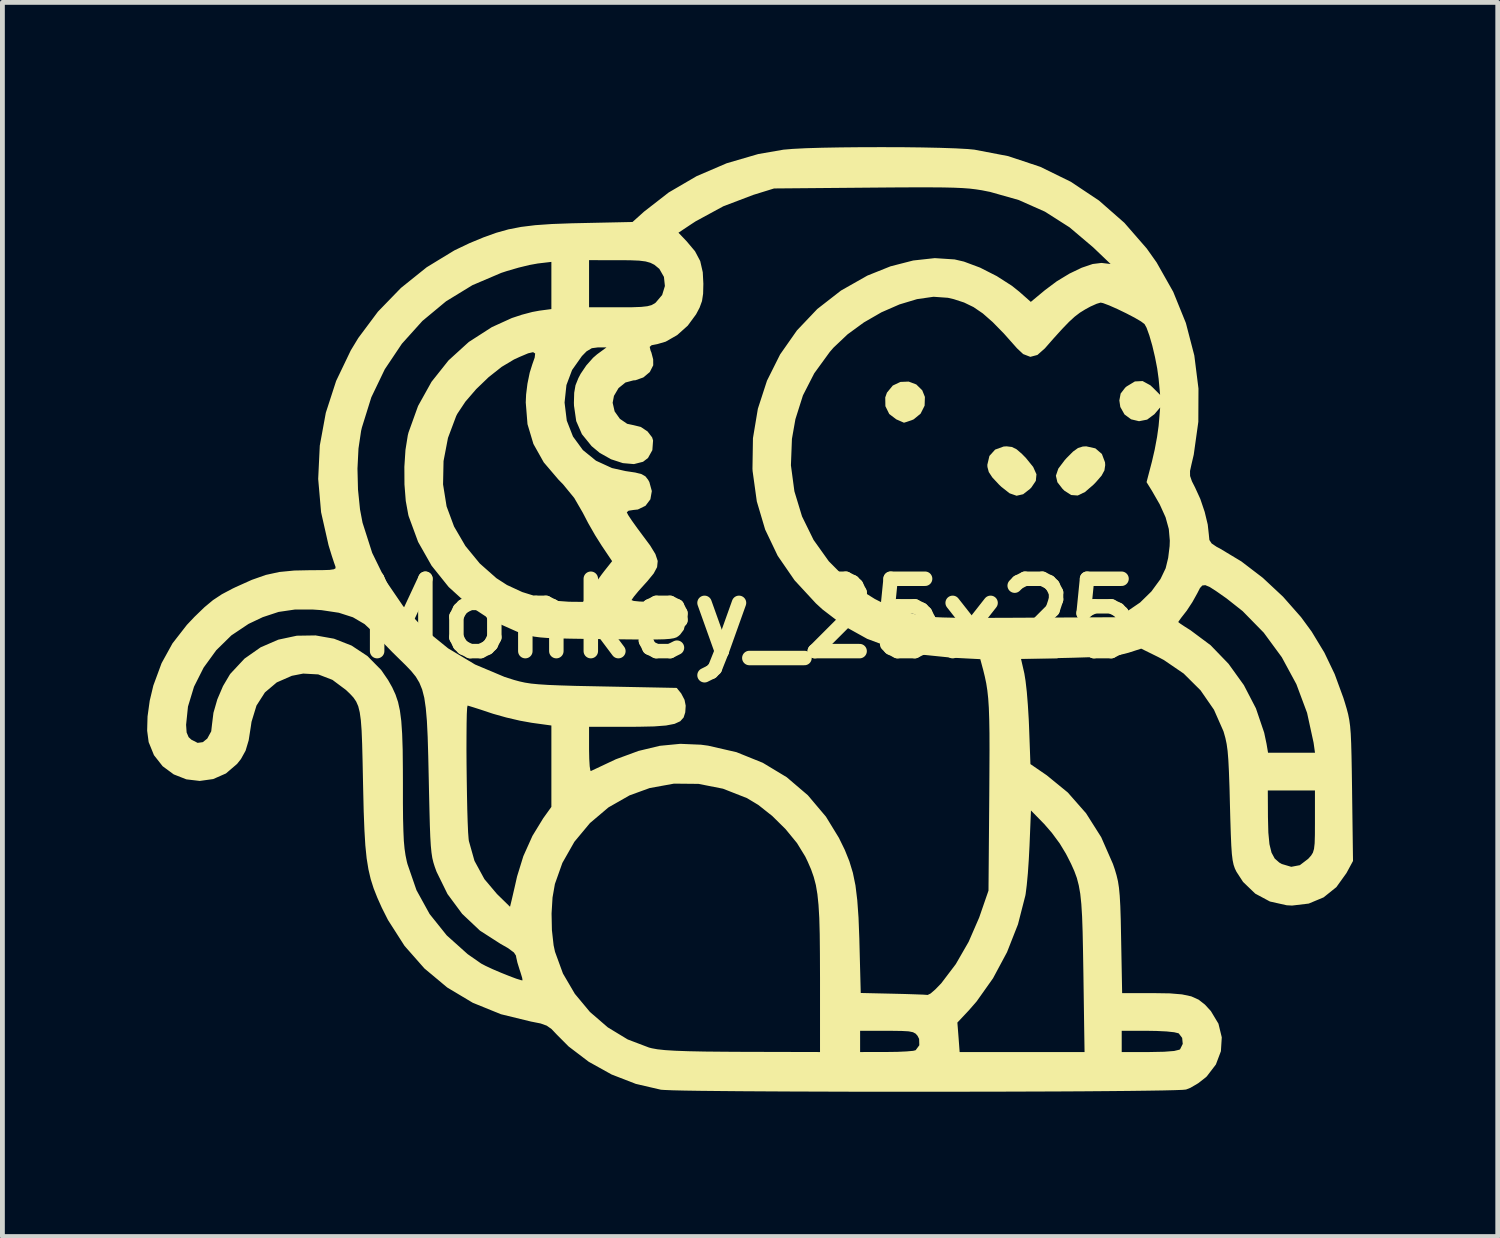
<source format=kicad_pcb>
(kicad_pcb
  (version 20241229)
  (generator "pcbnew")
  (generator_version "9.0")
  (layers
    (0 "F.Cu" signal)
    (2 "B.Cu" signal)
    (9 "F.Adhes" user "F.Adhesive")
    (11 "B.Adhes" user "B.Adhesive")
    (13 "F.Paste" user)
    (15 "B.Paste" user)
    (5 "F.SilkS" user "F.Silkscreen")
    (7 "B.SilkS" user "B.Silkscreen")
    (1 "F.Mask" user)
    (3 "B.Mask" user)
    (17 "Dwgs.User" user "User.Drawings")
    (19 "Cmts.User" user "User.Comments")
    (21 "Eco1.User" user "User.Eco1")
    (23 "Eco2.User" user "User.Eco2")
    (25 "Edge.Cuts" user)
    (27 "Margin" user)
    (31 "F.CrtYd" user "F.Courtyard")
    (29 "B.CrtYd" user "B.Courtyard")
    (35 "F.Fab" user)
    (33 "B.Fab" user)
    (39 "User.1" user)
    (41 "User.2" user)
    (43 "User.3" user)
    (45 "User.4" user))
  (footprint "Monkey_25x25"
    (layer "F.Cu")
    (at 12.481 9.767)
    (property "Reference" "Monkey_25x25" (at 0 0 0) (layer "F.SilkS") (effects (font (size 1.5 1.5) (thickness 0.3))))
    (attr board_only exclude_from_pos_files exclude_from_bom)
    (fp_poly (pts (xy 3.46 -4.849) (xy 3.584 -4.727) (xy 3.639 -4.59) (xy 3.633 -4.409) (xy 3.55 -4.244) (xy 3.407 -4.126) (xy 3.365 -4.108) (xy 3.259 -4.072) (xy 3.206 -4.056) (xy 3.204 -4.056) (xy 3.161 -4.075) (xy 3.063 -4.118) (xy 3.046 -4.125) (xy 2.9 -4.236) (xy 2.82 -4.398) (xy 2.817 -4.58) (xy 2.852 -4.679) (xy 2.973 -4.826) (xy 3.131 -4.901) (xy 3.302 -4.908)) (stroke (width 0) (type solid)) (fill yes) (layer "F.SilkS"))
    (fp_poly (pts (xy 5.441 -3.553) (xy 5.539 -3.505) (xy 5.654 -3.405) (xy 5.733 -3.324) (xy 5.883 -3.139) (xy 5.951 -2.987) (xy 5.938 -2.851) (xy 5.847 -2.715) (xy 5.816 -2.683) (xy 5.675 -2.573) (xy 5.539 -2.542) (xy 5.393 -2.593) (xy 5.222 -2.728) (xy 5.171 -2.777) (xy 5.036 -2.922) (xy 4.963 -3.033) (xy 4.935 -3.138) (xy 4.933 -3.184) (xy 4.976 -3.367) (xy 5.094 -3.498) (xy 5.27 -3.562) (xy 5.333 -3.566)) (stroke (width 0) (type solid)) (fill yes) (layer "F.SilkS"))
    (fp_poly (pts (xy 7.172 -3.524) (xy 7.307 -3.408) (xy 7.372 -3.235) (xy 7.376 -3.177) (xy 7.36 -3.068) (xy 7.301 -2.959) (xy 7.185 -2.825) (xy 7.139 -2.777) (xy 6.958 -2.62) (xy 6.807 -2.547) (xy 6.67 -2.557) (xy 6.531 -2.646) (xy 6.493 -2.683) (xy 6.385 -2.822) (xy 6.354 -2.957) (xy 6.404 -3.104) (xy 6.536 -3.279) (xy 6.576 -3.324) (xy 6.71 -3.458) (xy 6.813 -3.532) (xy 6.911 -3.562) (xy 6.983 -3.566)) (stroke (width 0) (type solid)) (fill yes) (layer "F.SilkS"))
    (fp_poly (pts (xy 3.168 -9.766) (xy 3.578 -9.761) (xy 3.952 -9.753) (xy 4.275 -9.742) (xy 4.529 -9.728) (xy 4.665 -9.715) (xy 5.365 -9.581) (xy 6.034 -9.358) (xy 6.664 -9.049) (xy 7.246 -8.661) (xy 7.773 -8.199) (xy 8.237 -7.666) (xy 8.441 -7.378) (xy 8.786 -6.768) (xy 9.048 -6.122) (xy 9.223 -5.449) (xy 9.309 -4.763) (xy 9.306 -4.074) (xy 9.211 -3.393) (xy 9.165 -3.197) (xy 9.134 -3.056) (xy 9.135 -2.952) (xy 9.173 -2.842) (xy 9.239 -2.712) (xy 9.347 -2.476) (xy 9.438 -2.207) (xy 9.501 -1.945) (xy 9.525 -1.727) (xy 9.525 -1.725) (xy 9.535 -1.625) (xy 9.582 -1.553) (xy 9.686 -1.483) (xy 9.757 -1.446) (xy 10.199 -1.18) (xy 10.642 -0.841) (xy 11.062 -0.449) (xy 11.435 -0.026) (xy 11.655 0.274) (xy 11.919 0.71) (xy 12.132 1.155) (xy 12.313 1.649) (xy 12.343 1.745) (xy 12.381 1.872) (xy 12.411 1.986) (xy 12.434 2.102) (xy 12.452 2.232) (xy 12.465 2.391) (xy 12.474 2.592) (xy 12.481 2.849) (xy 12.487 3.176) (xy 12.493 3.587) (xy 12.493 3.601) (xy 12.512 5.028) (xy 12.376 5.279) (xy 12.167 5.57) (xy 11.903 5.782) (xy 11.594 5.911) (xy 11.249 5.952) (xy 11.138 5.946) (xy 10.79 5.868) (xy 10.486 5.705) (xy 10.234 5.463) (xy 10.096 5.251) (xy 10.063 5.183) (xy 10.037 5.107) (xy 10.017 5.012) (xy 10.001 4.882) (xy 9.989 4.706) (xy 9.979 4.468) (xy 9.969 4.157) (xy 9.961 3.859) (xy 9.954 3.566) (xy 10.746 3.566) (xy 10.749 4.115) (xy 10.757 4.439) (xy 10.78 4.68) (xy 10.823 4.855) (xy 10.889 4.977) (xy 10.984 5.061) (xy 11.037 5.091) (xy 11.232 5.149) (xy 11.41 5.115) (xy 11.581 4.985) (xy 11.589 4.977) (xy 11.644 4.915) (xy 11.681 4.855) (xy 11.704 4.777) (xy 11.717 4.661) (xy 11.722 4.489) (xy 11.723 4.241) (xy 11.723 4.2) (xy 11.723 3.566) (xy 11.235 3.566) (xy 10.746 3.566) (xy 9.954 3.566) (xy 9.951 3.472) (xy 9.94 3.168) (xy 9.928 2.932) (xy 9.913 2.748) (xy 9.893 2.603) (xy 9.867 2.48) (xy 9.835 2.366) (xy 9.826 2.337) (xy 9.63 1.893) (xy 9.352 1.491) (xy 9.002 1.143) (xy 8.592 0.863) (xy 8.477 0.802) (xy 8.122 0.627) (xy 7.859 0.712) (xy 7.732 0.744) (xy 7.571 0.77) (xy 7.36 0.789) (xy 7.084 0.804) (xy 6.73 0.815) (xy 6.614 0.818) (xy 5.631 0.84) (xy 5.7 1.141) (xy 5.725 1.296) (xy 5.751 1.523) (xy 5.773 1.797) (xy 5.791 2.092) (xy 5.797 2.231) (xy 5.826 3.02) (xy 6.163 3.251) (xy 6.6 3.608) (xy 6.979 4.039) (xy 7.293 4.535) (xy 7.536 5.089) (xy 7.575 5.202) (xy 7.611 5.324) (xy 7.64 5.446) (xy 7.661 5.582) (xy 7.677 5.75) (xy 7.689 5.965) (xy 7.698 6.244) (xy 7.705 6.602) (xy 7.706 6.655) (xy 7.727 7.767) (xy 8.384 7.767) (xy 8.715 7.772) (xy 8.967 7.793) (xy 9.16 7.834) (xy 9.313 7.903) (xy 9.443 8.005) (xy 9.566 8.139) (xy 9.723 8.4) (xy 9.792 8.683) (xy 9.774 8.971) (xy 9.67 9.246) (xy 9.482 9.492) (xy 9.457 9.515) (xy 9.303 9.635) (xy 9.141 9.73) (xy 9.051 9.765) (xy 8.977 9.772) (xy 8.813 9.778) (xy 8.567 9.784) (xy 8.247 9.789) (xy 7.86 9.794) (xy 7.414 9.798) (xy 6.918 9.802) (xy 6.378 9.805) (xy 5.803 9.807) (xy 5.201 9.809) (xy 4.579 9.81) (xy 3.944 9.811) (xy 3.306 9.811) (xy 2.671 9.811) (xy 2.048 9.81) (xy 1.444 9.808) (xy 0.868 9.806) (xy 0.325 9.803) (xy -0.174 9.8) (xy -0.623 9.796) (xy -1.014 9.792) (xy -1.338 9.787) (xy -1.589 9.781) (xy -1.758 9.774) (xy -1.832 9.769) (xy -2.35 9.649) (xy -2.855 9.453) (xy -3.328 9.19) (xy -3.745 8.873) (xy -3.992 8.625) (xy -4.1 8.511) (xy -4.2 8.441) (xy -4.325 8.396) (xy -4.511 8.359) (xy -4.518 8.358) (xy -5.149 8.204) (xy -5.732 7.967) (xy -6.262 7.65) (xy -6.735 7.255) (xy -7.146 6.788) (xy -7.489 6.252) (xy -7.616 6) (xy -7.71 5.79) (xy -7.787 5.595) (xy -7.848 5.403) (xy -7.895 5.2) (xy -7.932 4.971) (xy -7.959 4.704) (xy -7.978 4.384) (xy -7.993 3.997) (xy -8.004 3.53) (xy -8.007 3.395) (xy -8.016 2.956) (xy -8.025 2.604) (xy -8.036 2.326) (xy -8.052 2.111) (xy -8.075 1.946) (xy -8.106 1.821) (xy -8.149 1.723) (xy -8.204 1.642) (xy -8.276 1.564) (xy -8.361 1.483) (xy -8.641 1.274) (xy -8.935 1.161) (xy -9.247 1.144) (xy -9.482 1.19) (xy -9.795 1.327) (xy -10.04 1.534) (xy -10.215 1.807) (xy -10.318 2.144) (xy -10.333 2.247) (xy -10.377 2.528) (xy -10.441 2.742) (xy -10.537 2.915) (xy -10.617 3.016) (xy -10.848 3.214) (xy -11.112 3.33) (xy -11.391 3.369) (xy -11.669 3.336) (xy -11.931 3.233) (xy -12.16 3.064) (xy -12.34 2.835) (xy -12.45 2.564) (xy -12.481 2.328) (xy -12.478 2.206) (xy -11.674 2.206) (xy -11.663 2.364) (xy -11.622 2.461) (xy -11.566 2.513) (xy -11.435 2.58) (xy -11.327 2.565) (xy -11.235 2.491) (xy -11.153 2.341) (xy -11.137 2.199) (xy -11.107 1.957) (xy -11.027 1.679) (xy -10.909 1.403) (xy -10.769 1.166) (xy -10.753 1.144) (xy -10.462 0.833) (xy -10.128 0.599) (xy -9.763 0.441) (xy -9.379 0.359) (xy -8.99 0.353) (xy -8.608 0.421) (xy -8.245 0.563) (xy -7.916 0.78) (xy -7.631 1.069) (xy -7.488 1.277) (xy -7.402 1.429) (xy -7.334 1.577) (xy -7.281 1.733) (xy -7.242 1.912) (xy -7.214 2.127) (xy -7.196 2.391) (xy -7.185 2.717) (xy -7.181 3.119) (xy -7.18 3.422) (xy -7.18 3.829) (xy -7.177 4.154) (xy -7.17 4.409) (xy -7.161 4.611) (xy -7.146 4.773) (xy -7.126 4.91) (xy -7.1 5.036) (xy -7.086 5.091) (xy -6.899 5.633) (xy -6.627 6.127) (xy -6.272 6.57) (xy -5.838 6.959) (xy -5.558 7.154) (xy -5.463 7.204) (xy -5.319 7.271) (xy -5.15 7.343) (xy -4.979 7.412) (xy -4.832 7.467) (xy -4.731 7.499) (xy -4.701 7.502) (xy -4.708 7.452) (xy -4.741 7.343) (xy -4.762 7.28) (xy -4.807 7.134) (xy -4.833 7.018) (xy -4.836 6.991) (xy -4.879 6.925) (xy -5 6.835) (xy -5.158 6.745) (xy -5.583 6.472) (xy -5.953 6.123) (xy -5.957 6.117) (xy -4.099 6.117) (xy -4.092 6.46) (xy -4.057 6.774) (xy -4.028 6.909) (xy -3.863 7.361) (xy -3.617 7.781) (xy -3.303 8.158) (xy -2.933 8.477) (xy -2.521 8.727) (xy -2.079 8.895) (xy -2.02 8.91) (xy -1.905 8.931) (xy -1.747 8.948) (xy -1.536 8.961) (xy -1.263 8.971) (xy -0.918 8.978) (xy -0.491 8.982) (xy -0.134 8.984) (xy 1.465 8.988) (xy 1.465 8.548) (xy 2.296 8.548) (xy 2.296 8.768) (xy 2.296 8.988) (xy 2.845 8.987) (xy 3.07 8.984) (xy 3.261 8.975) (xy 3.395 8.963) (xy 3.447 8.95) (xy 3.523 8.847) (xy 3.519 8.716) (xy 3.486 8.651) (xy 3.447 8.607) (xy 3.392 8.577) (xy 3.303 8.559) (xy 3.16 8.551) (xy 2.945 8.548) (xy 2.855 8.548) (xy 2.296 8.548) (xy 1.465 8.548) (xy 1.465 8.377) (xy 4.312 8.377) (xy 4.336 8.682) (xy 4.359 8.988) (xy 5.653 8.988) (xy 6.948 8.988) (xy 6.941 8.548) (xy 7.718 8.548) (xy 7.718 8.768) (xy 7.718 8.988) (xy 8.294 8.988) (xy 8.597 8.982) (xy 8.804 8.966) (xy 8.915 8.939) (xy 8.929 8.929) (xy 8.983 8.819) (xy 8.971 8.695) (xy 8.901 8.603) (xy 8.893 8.599) (xy 8.807 8.578) (xy 8.648 8.561) (xy 8.441 8.551) (xy 8.258 8.548) (xy 7.718 8.548) (xy 6.941 8.548) (xy 6.924 7.364) (xy 6.916 6.888) (xy 6.908 6.497) (xy 6.897 6.178) (xy 6.881 5.92) (xy 6.859 5.709) (xy 6.828 5.533) (xy 6.788 5.379) (xy 6.735 5.235) (xy 6.669 5.088) (xy 6.587 4.926) (xy 6.559 4.873) (xy 6.433 4.665) (xy 6.269 4.443) (xy 6.112 4.262) (xy 5.837 3.981) (xy 5.807 4.714) (xy 5.792 5.001) (xy 5.773 5.281) (xy 5.75 5.527) (xy 5.727 5.711) (xy 5.72 5.748) (xy 5.568 6.341) (xy 5.341 6.918) (xy 5.051 7.459) (xy 4.71 7.94) (xy 4.547 8.127) (xy 4.312 8.377) (xy 1.465 8.377) (xy 1.465 7.437) (xy 1.463 6.948) (xy 1.459 6.544) (xy 1.45 6.212) (xy 1.434 5.941) (xy 1.411 5.717) (xy 1.379 5.527) (xy 1.335 5.36) (xy 1.28 5.203) (xy 1.21 5.042) (xy 1.159 4.936) (xy 0.988 4.657) (xy 0.752 4.369) (xy 0.477 4.097) (xy 0.187 3.867) (xy -0.049 3.725) (xy -0.546 3.53) (xy -1.053 3.43) (xy -1.562 3.425) (xy -2.067 3.517) (xy -2.482 3.668) (xy -2.919 3.917) (xy -3.303 4.242) (xy -3.626 4.63) (xy -3.875 5.068) (xy -4.03 5.505) (xy -4.079 5.785) (xy -4.099 6.117) (xy -5.957 6.117) (xy -6.256 5.713) (xy -6.482 5.253) (xy -6.485 5.245) (xy -6.52 5.149) (xy -6.548 5.06) (xy -6.571 4.965) (xy -6.588 4.852) (xy -6.602 4.709) (xy -6.613 4.523) (xy -6.622 4.284) (xy -6.63 3.977) (xy -6.639 3.592) (xy -6.644 3.346) (xy -6.655 2.856) (xy -6.659 2.72) (xy -5.863 2.72) (xy -5.861 3.032) (xy -5.857 3.353) (xy -5.852 3.669) (xy -5.846 3.963) (xy -5.838 4.222) (xy -5.829 4.431) (xy -5.818 4.574) (xy -5.813 4.613) (xy -5.697 5.025) (xy -5.491 5.404) (xy -5.231 5.712) (xy -4.96 5.977) (xy -4.925 5.834) (xy -4.897 5.713) (xy -4.856 5.536) (xy -4.814 5.349) (xy -4.684 4.928) (xy -4.495 4.507) (xy -4.273 4.144) (xy -4.103 3.907) (xy -4.103 3.064) (xy -4.103 2.22) (xy -4.511 2.164) (xy -4.755 2.12) (xy -5.038 2.054) (xy -5.308 1.978) (xy -5.369 1.958) (xy -5.563 1.893) (xy -5.72 1.843) (xy -5.818 1.813) (xy -5.84 1.807) (xy -5.849 1.854) (xy -5.856 1.983) (xy -5.86 2.18) (xy -5.862 2.431) (xy -5.863 2.72) (xy -6.659 2.72) (xy -6.667 2.452) (xy -6.683 2.124) (xy -6.706 1.859) (xy -6.737 1.646) (xy -6.781 1.474) (xy -6.839 1.332) (xy -6.914 1.207) (xy -7.009 1.09) (xy -7.126 0.968) (xy -7.217 0.879) (xy -7.397 0.702) (xy -7.581 0.513) (xy -7.735 0.348) (xy -7.767 0.313) (xy -7.975 0.118) (xy -8.216 -0.023) (xy -8.508 -0.117) (xy -8.868 -0.171) (xy -9.04 -0.183) (xy -9.422 -0.183) (xy -9.757 -0.134) (xy -10.084 -0.026) (xy -10.379 0.114) (xy -10.735 0.352) (xy -11.049 0.66) (xy -11.311 1.021) (xy -11.51 1.416) (xy -11.635 1.828) (xy -11.674 2.206) (xy -12.478 2.206) (xy -12.473 2.033) (xy -12.428 1.707) (xy -12.353 1.392) (xy -12.182 0.928) (xy -11.956 0.518) (xy -11.658 0.135) (xy -11.501 -0.031) (xy -11.294 -0.231) (xy -11.116 -0.379) (xy -10.933 -0.5) (xy -10.712 -0.617) (xy -10.645 -0.649) (xy -10.311 -0.799) (xy -10.021 -0.901) (xy -9.74 -0.962) (xy -9.432 -0.992) (xy -9.096 -0.999) (xy -8.857 -1) (xy -8.7 -1.005) (xy -8.611 -1.018) (xy -8.576 -1.039) (xy -8.578 -1.072) (xy -8.578 -1.073) (xy -8.607 -1.154) (xy -8.655 -1.3) (xy -8.711 -1.482) (xy -8.722 -1.519) (xy -8.876 -2.2) (xy -8.936 -2.89) (xy -8.926 -3.104) (xy -8.122 -3.104) (xy -8.111 -2.67) (xy -8.069 -2.257) (xy -8.017 -1.984) (xy -7.817 -1.358) (xy -7.534 -0.779) (xy -7.174 -0.252) (xy -6.741 0.217) (xy -6.243 0.621) (xy -5.684 0.956) (xy -5.071 1.214) (xy -4.876 1.276) (xy -4.765 1.306) (xy -4.652 1.331) (xy -4.524 1.351) (xy -4.368 1.366) (xy -4.172 1.379) (xy -3.922 1.389) (xy -3.605 1.399) (xy -3.209 1.407) (xy -3.012 1.411) (xy -1.505 1.441) (xy -1.412 1.556) (xy -1.343 1.688) (xy -1.319 1.809) (xy -1.328 1.947) (xy -1.362 2.054) (xy -1.432 2.132) (xy -1.55 2.186) (xy -1.726 2.22) (xy -1.973 2.239) (xy -2.3 2.246) (xy -2.489 2.247) (xy -3.322 2.247) (xy -3.322 2.715) (xy -3.318 2.913) (xy -3.309 3.065) (xy -3.295 3.152) (xy -3.285 3.164) (xy -2.767 2.92) (xy -2.297 2.747) (xy -1.856 2.641) (xy -1.431 2.6) (xy -1.003 2.618) (xy -0.854 2.638) (xy -0.266 2.773) (xy 0.279 2.993) (xy 0.775 3.292) (xy 1.213 3.666) (xy 1.588 4.11) (xy 1.856 4.548) (xy 1.978 4.797) (xy 2.073 5.033) (xy 2.146 5.273) (xy 2.2 5.536) (xy 2.237 5.84) (xy 2.263 6.202) (xy 2.28 6.641) (xy 2.282 6.727) (xy 2.309 7.764) (xy 2.974 7.779) (xy 3.223 7.785) (xy 3.437 7.792) (xy 3.599 7.798) (xy 3.688 7.804) (xy 3.696 7.805) (xy 3.755 7.776) (xy 3.855 7.69) (xy 3.975 7.566) (xy 3.981 7.559) (xy 4.279 7.166) (xy 4.545 6.704) (xy 4.764 6.2) (xy 4.793 6.116) (xy 4.957 5.642) (xy 4.973 3.671) (xy 4.976 3.158) (xy 4.978 2.731) (xy 4.977 2.379) (xy 4.972 2.091) (xy 4.964 1.855) (xy 4.951 1.659) (xy 4.933 1.493) (xy 4.91 1.345) (xy 4.88 1.203) (xy 4.844 1.056) (xy 4.834 1.021) (xy 4.787 0.845) (xy 4.189 0.814) (xy 3.544 0.748) (xy 2.966 0.619) (xy 2.443 0.424) (xy 1.963 0.157) (xy 1.858 0.076) (xy 8.89 0.076) (xy 8.928 0.106) (xy 9.027 0.172) (xy 9.143 0.245) (xy 9.56 0.556) (xy 9.932 0.941) (xy 10.25 1.383) (xy 10.5 1.865) (xy 10.671 2.369) (xy 10.72 2.601) (xy 10.751 2.784) (xy 11.237 2.784) (xy 11.724 2.784) (xy 11.695 2.577) (xy 11.56 1.958) (xy 11.338 1.363) (xy 11.036 0.805) (xy 10.662 0.296) (xy 10.224 -0.151) (xy 9.891 -0.414) (xy 9.686 -0.558) (xy 9.545 -0.649) (xy 9.451 -0.689) (xy 9.389 -0.682) (xy 9.34 -0.629) (xy 9.291 -0.533) (xy 9.282 -0.516) (xy 9.183 -0.338) (xy 9.066 -0.16) (xy 9.034 -0.119) (xy 8.949 -0.01) (xy 8.898 0.062) (xy 8.89 0.076) (xy 1.858 0.076) (xy 1.515 -0.187) (xy 1.38 -0.311) (xy 0.938 -0.789) (xy 0.588 -1.297) (xy 0.328 -1.841) (xy 0.155 -2.424) (xy 0.068 -3.052) (xy 0.065 -3.102) (xy 0.066 -3.173) (xy 0.862 -3.173) (xy 0.934 -2.634) (xy 1.092 -2.114) (xy 1.331 -1.627) (xy 1.647 -1.184) (xy 2.033 -0.796) (xy 2.337 -0.568) (xy 2.6 -0.403) (xy 2.839 -0.282) (xy 3.095 -0.184) (xy 3.395 -0.095) (xy 3.489 -0.072) (xy 3.587 -0.053) (xy 3.699 -0.038) (xy 3.837 -0.027) (xy 4.011 -0.019) (xy 4.231 -0.014) (xy 4.509 -0.011) (xy 4.855 -0.011) (xy 5.28 -0.012) (xy 5.666 -0.014) (xy 7.596 -0.024) (xy 7.845 -0.156) (xy 8.099 -0.329) (xy 8.333 -0.558) (xy 8.522 -0.816) (xy 8.629 -1.039) (xy 8.681 -1.253) (xy 8.711 -1.499) (xy 8.715 -1.612) (xy 8.694 -1.853) (xy 8.627 -2.096) (xy 8.506 -2.363) (xy 8.344 -2.645) (xy 8.233 -2.824) (xy 8.345 -3.252) (xy 8.402 -3.499) (xy 8.451 -3.762) (xy 8.483 -3.991) (xy 8.486 -4.026) (xy 8.515 -4.372) (xy 8.396 -4.232) (xy 8.245 -4.12) (xy 8.077 -4.087) (xy 7.913 -4.126) (xy 7.776 -4.227) (xy 7.689 -4.382) (xy 7.669 -4.517) (xy 7.696 -4.66) (xy 7.79 -4.782) (xy 7.819 -4.807) (xy 7.991 -4.911) (xy 8.151 -4.919) (xy 8.311 -4.832) (xy 8.364 -4.783) (xy 8.514 -4.633) (xy 8.483 -4.967) (xy 8.454 -5.179) (xy 8.408 -5.416) (xy 8.352 -5.653) (xy 8.291 -5.864) (xy 8.233 -6.024) (xy 8.191 -6.1) (xy 8.118 -6.155) (xy 7.983 -6.234) (xy 7.81 -6.324) (xy 7.626 -6.413) (xy 7.458 -6.487) (xy 7.33 -6.535) (xy 7.281 -6.545) (xy 7.199 -6.521) (xy 7.067 -6.462) (xy 6.961 -6.404) (xy 6.851 -6.336) (xy 6.744 -6.254) (xy 6.626 -6.146) (xy 6.483 -5.998) (xy 6.302 -5.798) (xy 6.125 -5.596) (xy 5.971 -5.46) (xy 5.824 -5.421) (xy 5.676 -5.478) (xy 5.549 -5.597) (xy 5.276 -5.904) (xy 5.044 -6.141) (xy 4.839 -6.321) (xy 4.647 -6.452) (xy 4.451 -6.547) (xy 4.239 -6.616) (xy 4.115 -6.645) (xy 3.817 -6.666) (xy 3.476 -6.617) (xy 3.111 -6.507) (xy 2.738 -6.344) (xy 2.374 -6.134) (xy 2.037 -5.888) (xy 1.744 -5.611) (xy 1.667 -5.522) (xy 1.345 -5.079) (xy 1.111 -4.622) (xy 0.955 -4.129) (xy 0.883 -3.721) (xy 0.862 -3.173) (xy 0.066 -3.173) (xy 0.075 -3.735) (xy 0.177 -4.346) (xy 0.366 -4.927) (xy 0.638 -5.471) (xy 0.987 -5.969) (xy 1.409 -6.413) (xy 1.9 -6.795) (xy 2.447 -7.105) (xy 2.926 -7.297) (xy 3.397 -7.418) (xy 3.844 -7.467) (xy 4.255 -7.44) (xy 4.448 -7.395) (xy 4.783 -7.27) (xy 5.129 -7.094) (xy 5.444 -6.892) (xy 5.594 -6.772) (xy 5.834 -6.56) (xy 6.129 -6.805) (xy 6.374 -6.988) (xy 6.635 -7.146) (xy 6.889 -7.268) (xy 7.116 -7.345) (xy 7.295 -7.367) (xy 7.31 -7.366) (xy 7.488 -7.345) (xy 7.127 -7.69) (xy 6.637 -8.105) (xy 6.127 -8.43) (xy 5.582 -8.672) (xy 4.988 -8.84) (xy 4.946 -8.848) (xy 4.821 -8.873) (xy 4.699 -8.892) (xy 4.568 -8.908) (xy 4.418 -8.919) (xy 4.237 -8.927) (xy 4.015 -8.932) (xy 3.739 -8.934) (xy 3.398 -8.934) (xy 2.982 -8.932) (xy 2.494 -8.928) (xy 0.513 -8.911) (xy 0.083 -8.778) (xy -0.538 -8.542) (xy -1.111 -8.231) (xy -1.206 -8.169) (xy -1.469 -7.994) (xy -1.302 -7.819) (xy -1.126 -7.61) (xy -1.018 -7.406) (xy -0.965 -7.174) (xy -0.953 -6.936) (xy -0.958 -6.729) (xy -0.981 -6.577) (xy -1.031 -6.44) (xy -1.104 -6.302) (xy -1.276 -6.068) (xy -1.495 -5.872) (xy -1.733 -5.736) (xy -1.906 -5.685) (xy -2.025 -5.662) (xy -2.065 -5.627) (xy -2.048 -5.553) (xy -2.03 -5.51) (xy -1.993 -5.368) (xy -1.992 -5.246) (xy -2.063 -5.106) (xy -2.197 -4.994) (xy -2.36 -4.936) (xy -2.404 -4.933) (xy -2.568 -4.889) (xy -2.711 -4.773) (xy -2.806 -4.612) (xy -2.833 -4.469) (xy -2.792 -4.29) (xy -2.683 -4.136) (xy -2.532 -4.033) (xy -2.4 -4.005) (xy -2.249 -3.968) (xy -2.11 -3.875) (xy -2.015 -3.752) (xy -1.995 -3.688) (xy -2.01 -3.487) (xy -2.101 -3.324) (xy -2.203 -3.246) (xy -2.392 -3.198) (xy -2.621 -3.218) (xy -2.866 -3.298) (xy -3.102 -3.431) (xy -3.269 -3.57) (xy -3.47 -3.818) (xy -3.588 -4.089) (xy -3.634 -4.408) (xy -3.636 -4.469) (xy -3.63 -4.676) (xy -3.603 -4.832) (xy -3.543 -4.981) (xy -3.496 -5.07) (xy -3.379 -5.243) (xy -3.238 -5.402) (xy -3.156 -5.473) (xy -2.96 -5.617) (xy -3.136 -5.617) (xy -3.265 -5.6) (xy -3.374 -5.535) (xy -3.47 -5.437) (xy -3.674 -5.148) (xy -3.791 -4.836) (xy -3.829 -4.479) (xy -3.829 -4.469) (xy -3.784 -4.099) (xy -3.655 -3.769) (xy -3.45 -3.489) (xy -3.178 -3.268) (xy -2.847 -3.116) (xy -2.564 -3.053) (xy -2.363 -3.023) (xy -2.234 -2.99) (xy -2.154 -2.944) (xy -2.099 -2.874) (xy -2.072 -2.826) (xy -2.021 -2.639) (xy -2.051 -2.468) (xy -2.152 -2.334) (xy -2.31 -2.257) (xy -2.404 -2.247) (xy -2.502 -2.232) (xy -2.54 -2.199) (xy -2.512 -2.143) (xy -2.436 -2.028) (xy -2.325 -1.873) (xy -2.227 -1.741) (xy -2.055 -1.51) (xy -1.947 -1.333) (xy -1.899 -1.19) (xy -1.912 -1.062) (xy -1.983 -0.93) (xy -2.113 -0.771) (xy -2.172 -0.706) (xy -2.297 -0.567) (xy -2.391 -0.453) (xy -2.438 -0.386) (xy -2.441 -0.379) (xy -2.396 -0.362) (xy -2.276 -0.35) (xy -2.102 -0.343) (xy -2.009 -0.342) (xy -1.788 -0.338) (xy -1.639 -0.324) (xy -1.537 -0.296) (xy -1.456 -0.247) (xy -1.448 -0.241) (xy -1.344 -0.103) (xy -1.314 0.066) (xy -1.359 0.236) (xy -1.435 0.337) (xy -1.471 0.368) (xy -1.51 0.393) (xy -1.564 0.411) (xy -1.644 0.424) (xy -1.761 0.433) (xy -1.927 0.437) (xy -2.154 0.438) (xy -2.451 0.436) (xy -2.831 0.432) (xy -2.986 0.43) (xy -3.398 0.425) (xy -3.726 0.42) (xy -3.983 0.414) (xy -4.182 0.406) (xy -4.336 0.394) (xy -4.458 0.378) (xy -4.563 0.356) (xy -4.663 0.327) (xy -4.772 0.291) (xy -4.811 0.277) (xy -5.336 0.043) (xy -5.812 -0.269) (xy -6.232 -0.651) (xy -6.586 -1.093) (xy -6.865 -1.585) (xy -7.061 -2.118) (xy -7.069 -2.149) (xy -7.121 -2.434) (xy -7.148 -2.777) (xy -7.148 -2.777) (xy -6.348 -2.777) (xy -6.275 -2.322) (xy -6.12 -1.904) (xy -5.885 -1.501) (xy -5.586 -1.137) (xy -5.242 -0.833) (xy -5.023 -0.692) (xy -4.707 -0.546) (xy -4.341 -0.432) (xy -3.973 -0.362) (xy -3.737 -0.345) (xy -3.444 -0.342) (xy -3.309 -0.556) (xy -3.192 -0.729) (xy -3.058 -0.914) (xy -3.009 -0.978) (xy -2.844 -1.186) (xy -3.061 -1.509) (xy -3.197 -1.725) (xy -3.34 -1.975) (xy -3.453 -2.192) (xy -3.629 -2.496) (xy -3.861 -2.779) (xy -3.955 -2.875) (xy -4.261 -3.234) (xy -4.475 -3.615) (xy -4.598 -4.026) (xy -4.634 -4.476) (xy -4.627 -4.639) (xy -4.599 -4.864) (xy -4.552 -5.093) (xy -4.499 -5.263) (xy -4.449 -5.405) (xy -4.439 -5.49) (xy -4.482 -5.518) (xy -4.585 -5.494) (xy -4.76 -5.42) (xy -4.878 -5.366) (xy -5.132 -5.214) (xy -5.402 -5.001) (xy -5.661 -4.752) (xy -5.886 -4.491) (xy -6.052 -4.241) (xy -6.076 -4.194) (xy -6.246 -3.741) (xy -6.338 -3.261) (xy -6.348 -2.777) (xy -7.148 -2.777) (xy -7.15 -3.142) (xy -7.127 -3.493) (xy -7.079 -3.793) (xy -7.064 -3.853) (xy -6.866 -4.403) (xy -6.587 -4.904) (xy -6.234 -5.348) (xy -5.815 -5.729) (xy -5.336 -6.037) (xy -4.923 -6.225) (xy -4.714 -6.294) (xy -4.498 -6.351) (xy -4.352 -6.378) (xy -4.103 -6.411) (xy -4.103 -6.9) (xy -4.103 -7.389) (xy -4.384 -7.356) (xy -4.556 -7.325) (xy -4.782 -7.27) (xy -5.026 -7.199) (xy -5.142 -7.161) (xy -5.74 -6.906) (xy -6.286 -6.572) (xy -6.776 -6.165) (xy -7.201 -5.693) (xy -7.556 -5.163) (xy -7.835 -4.582) (xy -8.03 -3.957) (xy -8.047 -3.884) (xy -8.101 -3.521) (xy -8.122 -3.104) (xy -8.926 -3.104) (xy -8.903 -3.581) (xy -8.778 -4.262) (xy -8.564 -4.922) (xy -8.261 -5.554) (xy -8.104 -5.813) (xy -7.698 -6.357) (xy -7.221 -6.849) (xy -6.688 -7.277) (xy -6.446 -7.425) (xy -3.322 -7.425) (xy -3.322 -6.936) (xy -3.322 -6.448) (xy -2.693 -6.448) (xy -2.428 -6.449) (xy -2.241 -6.456) (xy -2.114 -6.47) (xy -2.027 -6.493) (xy -1.962 -6.529) (xy -1.941 -6.545) (xy -1.807 -6.703) (xy -1.75 -6.889) (xy -1.77 -7.078) (xy -1.865 -7.244) (xy -1.968 -7.329) (xy -2.05 -7.37) (xy -2.149 -7.398) (xy -2.284 -7.415) (xy -2.477 -7.423) (xy -2.723 -7.424) (xy -3.322 -7.425) (xy -6.446 -7.425) (xy -6.112 -7.628) (xy -5.8 -7.777) (xy -5.508 -7.898) (xy -5.246 -7.992) (xy -4.993 -8.063) (xy -4.73 -8.114) (xy -4.437 -8.15) (xy -4.093 -8.174) (xy -3.68 -8.189) (xy -3.494 -8.193) (xy -2.421 -8.216) (xy -2.183 -8.43) (xy -1.671 -8.828) (xy -1.094 -9.165) (xy -0.47 -9.433) (xy 0.184 -9.624) (xy 0.708 -9.715) (xy 0.9 -9.731) (xy 1.172 -9.745) (xy 1.509 -9.755) (xy 1.894 -9.762) (xy 2.31 -9.766) (xy 2.74 -9.767)) (stroke (width 0) (type solid)) (fill yes) (layer "F.SilkS")))
  (gr_rect
    (start -3 -3)
    (end 27.993 22.579)
    (stroke (width 0.1) (type default))
    (fill no)
    (layer "Edge.Cuts")))
</source>
